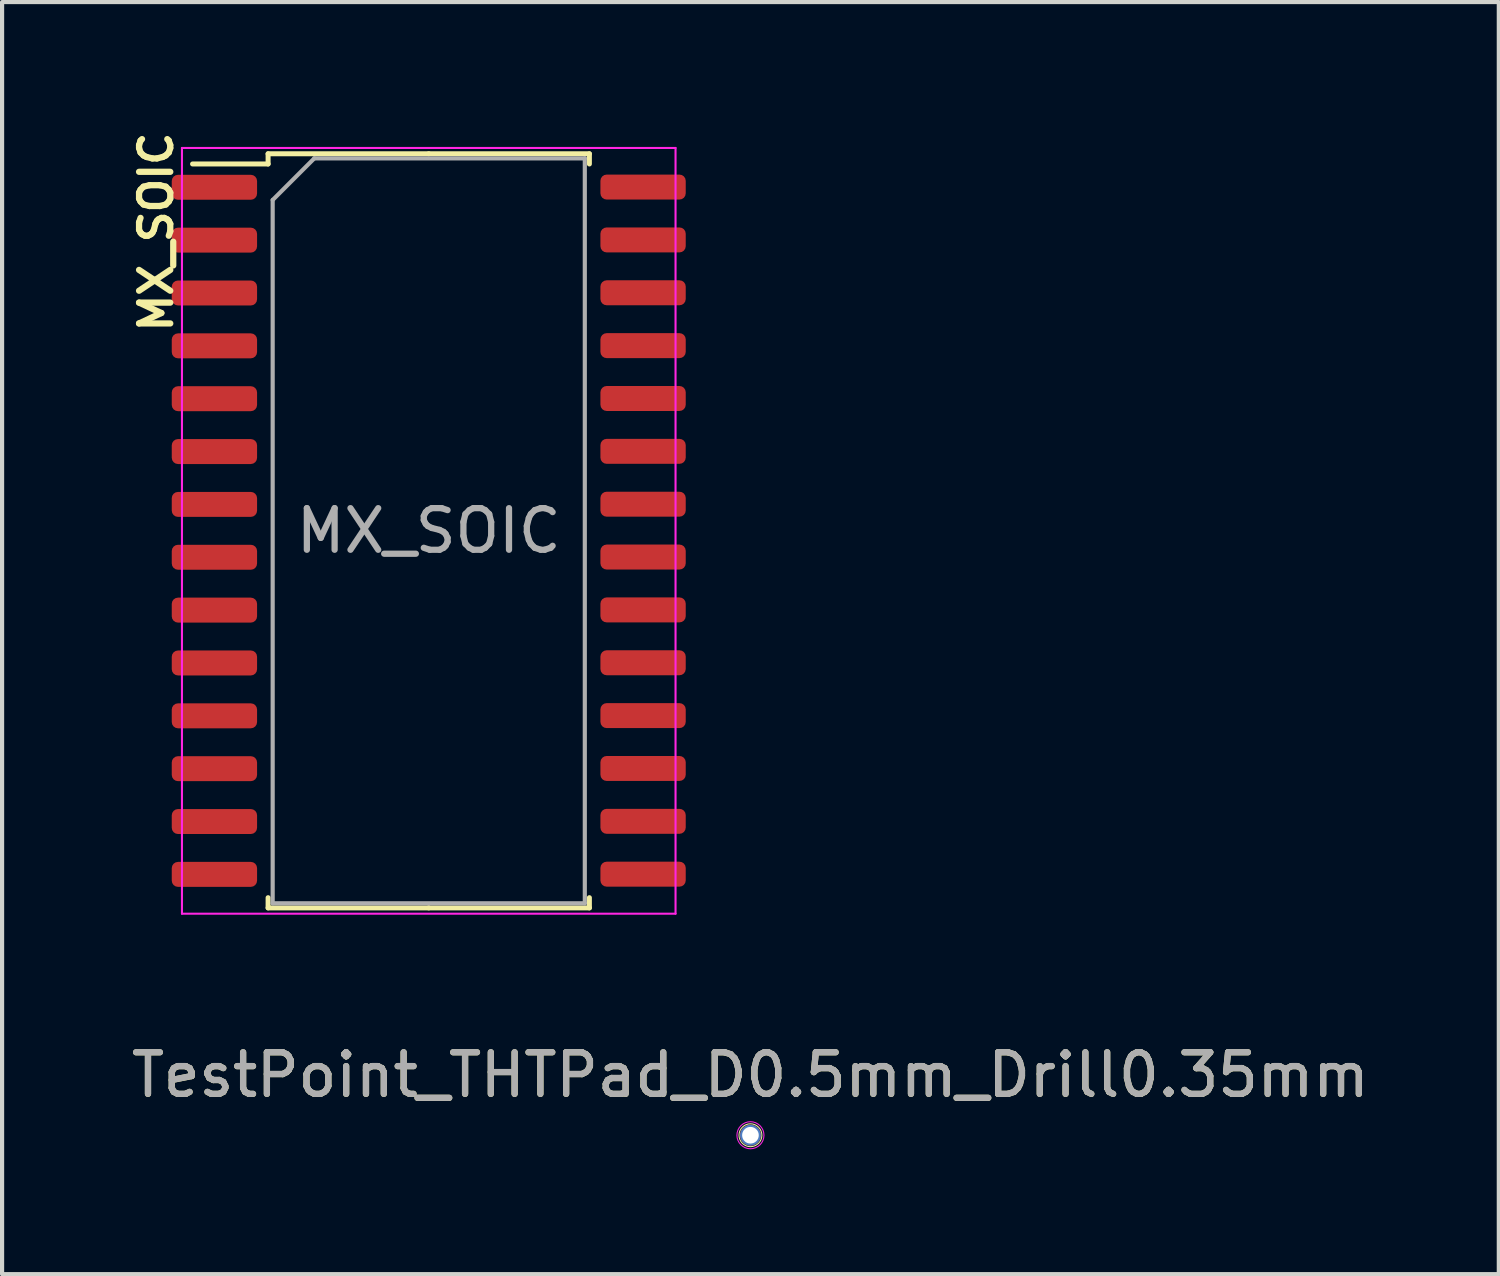
<source format=kicad_pcb>
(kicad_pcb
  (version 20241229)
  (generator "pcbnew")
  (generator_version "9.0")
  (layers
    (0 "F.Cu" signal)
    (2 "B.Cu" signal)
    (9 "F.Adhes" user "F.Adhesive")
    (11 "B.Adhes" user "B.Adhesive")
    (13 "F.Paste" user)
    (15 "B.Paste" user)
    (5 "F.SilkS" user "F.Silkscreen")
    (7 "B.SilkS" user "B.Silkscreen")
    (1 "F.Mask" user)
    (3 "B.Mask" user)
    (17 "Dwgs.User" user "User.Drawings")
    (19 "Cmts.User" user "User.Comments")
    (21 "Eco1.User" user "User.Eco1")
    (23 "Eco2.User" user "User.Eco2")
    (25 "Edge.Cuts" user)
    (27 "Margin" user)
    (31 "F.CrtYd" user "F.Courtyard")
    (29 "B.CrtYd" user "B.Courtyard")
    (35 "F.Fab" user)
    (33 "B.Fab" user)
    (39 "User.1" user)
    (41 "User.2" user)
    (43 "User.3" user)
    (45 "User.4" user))
  (footprint "TestPoint_THTPad_D0.5mm_Drill0.35mm"
    (layer "F.Cu")
    (at 14.982 24.228)
    (property "Reference" "TestPoint_THTPad_D0.5mm_Drill0.35mm" (at 0 -1.448 0) (layer "F.SilkS") (effects (font (size 1 1) (thickness 0.15))))
    (attr exclude_from_pos_files exclude_from_bom)
    (fp_circle (center 0 0) (end 0.275 0) (stroke (width 0.025) (type solid)) (fill no) (layer "F.SilkS"))
    (fp_circle (center 0 0) (end 0.325 0) (stroke (width 0.025) (type solid)) (fill no) (layer "F.CrtYd"))
    (fp_text user "${REFERENCE}" (at 0 -1.45 0) (layer "F.Fab") (effects (font (size 1 1) (thickness 0.15))))
    (pad "1" thru_hole circle (at 0 0) (size 0.5 0.5) (drill 0.4) (layers "*.Cu" "*.Mask")))
  (footprint "MX_SOIC"
    (layer "F.Cu")
    (at 7.252 9.705)
    (property "Reference" "MX_SOIC" (at -6.55 -7.18 90) (layer "F.SilkS") (effects (font (size 0.75 0.75) (thickness 0.15))))
    (attr smd)
    (fp_line (start -3.86 -9.06) (end -3.86 -8.815) (stroke (width 0.12) (type solid)) (layer "F.SilkS"))
    (fp_line (start -3.86 -8.815) (end -5.675 -8.815) (stroke (width 0.12) (type solid)) (layer "F.SilkS"))
    (fp_line (start -3.86 9.06) (end -3.86 8.815) (stroke (width 0.12) (type solid)) (layer "F.SilkS"))
    (fp_line (start 0 -9.06) (end -3.86 -9.06) (stroke (width 0.12) (type solid)) (layer "F.SilkS"))
    (fp_line (start 0 -9.06) (end 3.86 -9.06) (stroke (width 0.12) (type solid)) (layer "F.SilkS"))
    (fp_line (start 0 9.06) (end -3.86 9.06) (stroke (width 0.12) (type solid)) (layer "F.SilkS"))
    (fp_line (start 0 9.06) (end 3.86 9.06) (stroke (width 0.12) (type solid)) (layer "F.SilkS"))
    (fp_line (start 3.86 -9.06) (end 3.86 -8.815) (stroke (width 0.12) (type solid)) (layer "F.SilkS"))
    (fp_line (start 3.86 9.06) (end 3.86 8.815) (stroke (width 0.12) (type solid)) (layer "F.SilkS"))
    (fp_line (start -5.93 -9.2) (end -5.93 9.2) (stroke (width 0.05) (type solid)) (layer "F.CrtYd"))
    (fp_line (start -5.93 9.2) (end 5.93 9.2) (stroke (width 0.05) (type solid)) (layer "F.CrtYd"))
    (fp_line (start 5.93 -9.2) (end -5.93 -9.2) (stroke (width 0.05) (type solid)) (layer "F.CrtYd"))
    (fp_line (start 5.93 9.2) (end 5.93 -9.2) (stroke (width 0.05) (type solid)) (layer "F.CrtYd"))
    (fp_line (start -3.75 -7.95) (end -2.75 -8.95) (stroke (width 0.1) (type solid)) (layer "F.Fab"))
    (fp_line (start -3.75 8.95) (end -3.75 -7.95) (stroke (width 0.1) (type solid)) (layer "F.Fab"))
    (fp_line (start -2.75 -8.95) (end 3.75 -8.95) (stroke (width 0.1) (type solid)) (layer "F.Fab"))
    (fp_line (start 3.75 -8.95) (end 3.75 8.95) (stroke (width 0.1) (type solid)) (layer "F.Fab"))
    (fp_line (start 3.75 8.95) (end -3.75 8.95) (stroke (width 0.1) (type solid)) (layer "F.Fab"))
    (fp_text user "${REFERENCE}" (at 0 0 0) (layer "F.Fab") (effects (font (size 1 1) (thickness 0.15))))
    (pad "1" smd roundrect (at -5.15 -8.255) (size 2.05 0.6) (layers "F.Cu" "F.Mask" "F.Paste") (roundrect_rratio 0.25))
    (pad "2" smd roundrect (at -5.15 -6.985) (size 2.05 0.6) (layers "F.Cu" "F.Mask" "F.Paste") (roundrect_rratio 0.25))
    (pad "3" smd roundrect (at -5.15 -5.715) (size 2.05 0.6) (layers "F.Cu" "F.Mask" "F.Paste") (roundrect_rratio 0.25))
    (pad "4" smd roundrect (at -5.15 -4.445) (size 2.05 0.6) (layers "F.Cu" "F.Mask" "F.Paste") (roundrect_rratio 0.25))
    (pad "5" smd roundrect (at -5.15 -3.175) (size 2.05 0.6) (layers "F.Cu" "F.Mask" "F.Paste") (roundrect_rratio 0.25))
    (pad "6" smd roundrect (at -5.15 -1.905) (size 2.05 0.6) (layers "F.Cu" "F.Mask" "F.Paste") (roundrect_rratio 0.25))
    (pad "7" smd roundrect (at -5.15 -0.635) (size 2.05 0.6) (layers "F.Cu" "F.Mask" "F.Paste") (roundrect_rratio 0.25))
    (pad "8" smd roundrect (at -5.15 0.635) (size 2.05 0.6) (layers "F.Cu" "F.Mask" "F.Paste") (roundrect_rratio 0.25))
    (pad "9" smd roundrect (at -5.15 1.905) (size 2.05 0.6) (layers "F.Cu" "F.Mask" "F.Paste") (roundrect_rratio 0.25))
    (pad "10" smd roundrect (at -5.15 3.175) (size 2.05 0.6) (layers "F.Cu" "F.Mask" "F.Paste") (roundrect_rratio 0.25))
    (pad "11" smd roundrect (at -5.15 4.445) (size 2.05 0.6) (layers "F.Cu" "F.Mask" "F.Paste") (roundrect_rratio 0.25))
    (pad "12" smd roundrect (at -5.15 5.715) (size 2.05 0.6) (layers "F.Cu" "F.Mask" "F.Paste") (roundrect_rratio 0.25))
    (pad "13" smd roundrect (at -5.15 6.985) (size 2.05 0.6) (layers "F.Cu" "F.Mask" "F.Paste") (roundrect_rratio 0.25))
    (pad "14" smd roundrect (at -5.15 8.255) (size 2.05 0.6) (layers "F.Cu" "F.Mask" "F.Paste") (roundrect_rratio 0.25))
    (pad "15" smd roundrect (at 5.15 8.25) (size 2.05 0.6) (layers "F.Cu" "F.Mask" "F.Paste") (roundrect_rratio 0.25))
    (pad "16" smd roundrect (at 5.15 6.98) (size 2.05 0.6) (layers "F.Cu" "F.Mask" "F.Paste") (roundrect_rratio 0.25))
    (pad "17" smd roundrect (at 5.15 5.71) (size 2.05 0.6) (layers "F.Cu" "F.Mask" "F.Paste") (roundrect_rratio 0.25))
    (pad "18" smd roundrect (at 5.15 4.44) (size 2.05 0.6) (layers "F.Cu" "F.Mask" "F.Paste") (roundrect_rratio 0.25))
    (pad "19" smd roundrect (at 5.15 3.17) (size 2.05 0.6) (layers "F.Cu" "F.Mask" "F.Paste") (roundrect_rratio 0.25))
    (pad "20" smd roundrect (at 5.15 1.9) (size 2.05 0.6) (layers "F.Cu" "F.Mask" "F.Paste") (roundrect_rratio 0.25))
    (pad "21" smd roundrect (at 5.15 0.63) (size 2.05 0.6) (layers "F.Cu" "F.Mask" "F.Paste") (roundrect_rratio 0.25))
    (pad "22" smd roundrect (at 5.15 -0.64) (size 2.05 0.6) (layers "F.Cu" "F.Mask" "F.Paste") (roundrect_rratio 0.25))
    (pad "23" smd roundrect (at 5.15 -1.91) (size 2.05 0.6) (layers "F.Cu" "F.Mask" "F.Paste") (roundrect_rratio 0.25))
    (pad "24" smd roundrect (at 5.15 -3.18) (size 2.05 0.6) (layers "F.Cu" "F.Mask" "F.Paste") (roundrect_rratio 0.25))
    (pad "25" smd roundrect (at 5.15 -4.45) (size 2.05 0.6) (layers "F.Cu" "F.Mask" "F.Paste") (roundrect_rratio 0.25))
    (pad "26" smd roundrect (at 5.15 -5.72) (size 2.05 0.6) (layers "F.Cu" "F.Mask" "F.Paste") (roundrect_rratio 0.25))
    (pad "27" smd roundrect (at 5.15 -6.99) (size 2.05 0.6) (layers "F.Cu" "F.Mask" "F.Paste") (roundrect_rratio 0.25))
    (pad "28" smd roundrect (at 5.15 -8.26) (size 2.05 0.6) (layers "F.Cu" "F.Mask" "F.Paste") (roundrect_rratio 0.25)))
  (gr_rect
    (start -3 -3)
    (end 32.964 27.566)
    (stroke (width 0.1) (type default))
    (fill no)
    (layer "Edge.Cuts")))
</source>
